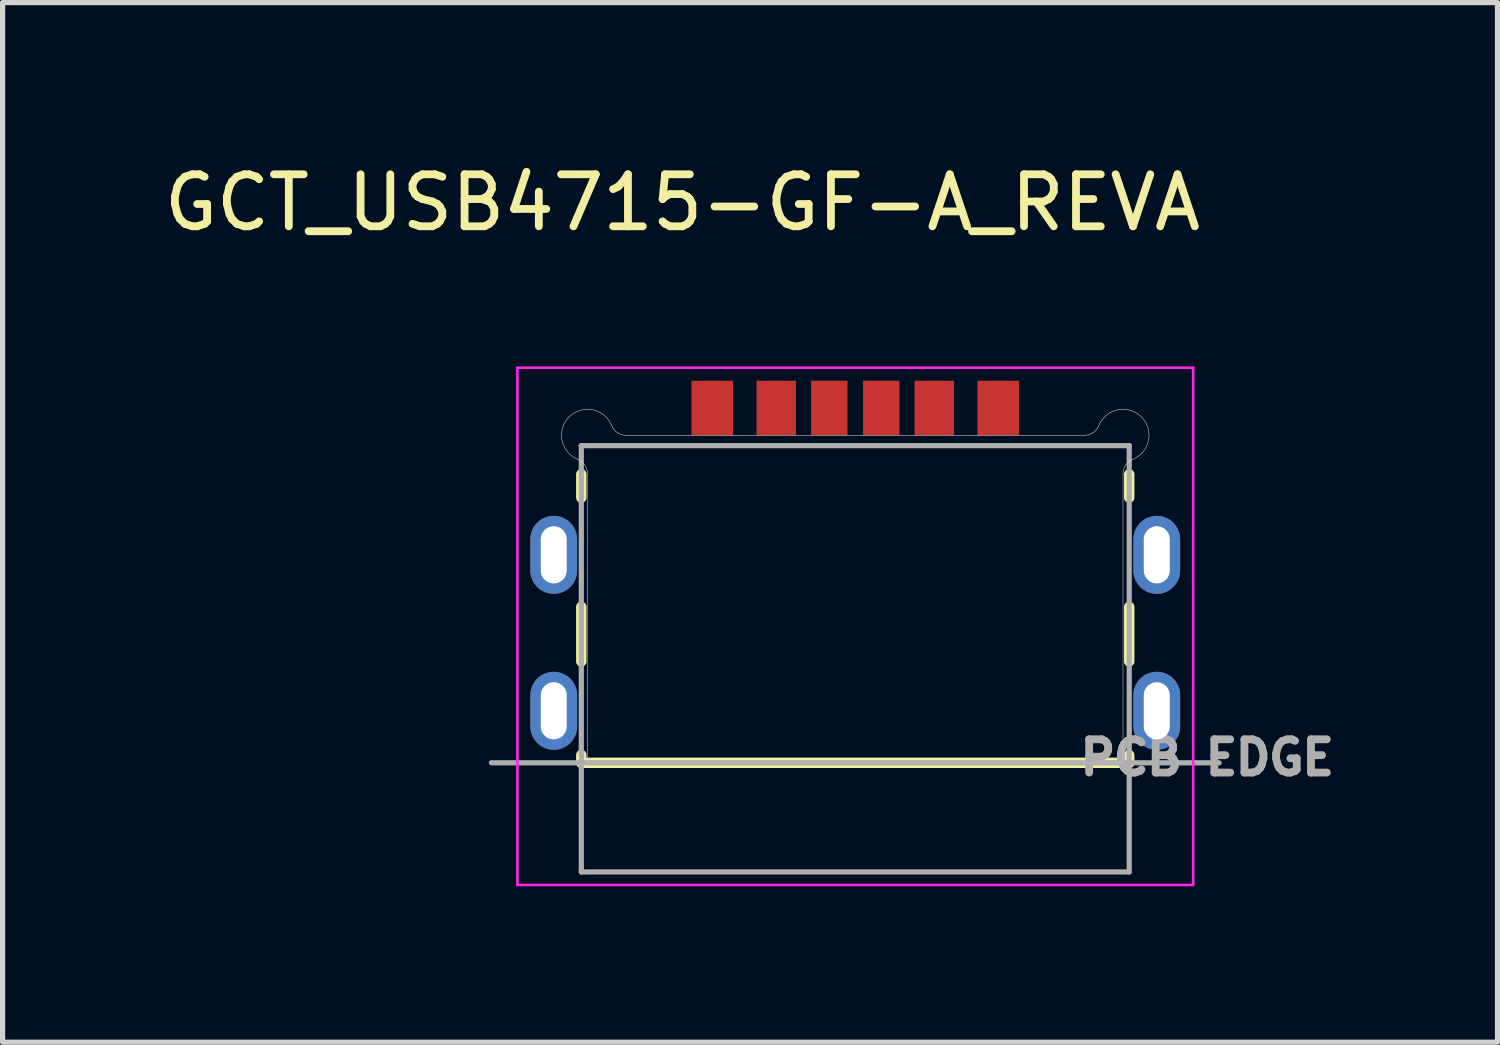
<source format=kicad_pcb>
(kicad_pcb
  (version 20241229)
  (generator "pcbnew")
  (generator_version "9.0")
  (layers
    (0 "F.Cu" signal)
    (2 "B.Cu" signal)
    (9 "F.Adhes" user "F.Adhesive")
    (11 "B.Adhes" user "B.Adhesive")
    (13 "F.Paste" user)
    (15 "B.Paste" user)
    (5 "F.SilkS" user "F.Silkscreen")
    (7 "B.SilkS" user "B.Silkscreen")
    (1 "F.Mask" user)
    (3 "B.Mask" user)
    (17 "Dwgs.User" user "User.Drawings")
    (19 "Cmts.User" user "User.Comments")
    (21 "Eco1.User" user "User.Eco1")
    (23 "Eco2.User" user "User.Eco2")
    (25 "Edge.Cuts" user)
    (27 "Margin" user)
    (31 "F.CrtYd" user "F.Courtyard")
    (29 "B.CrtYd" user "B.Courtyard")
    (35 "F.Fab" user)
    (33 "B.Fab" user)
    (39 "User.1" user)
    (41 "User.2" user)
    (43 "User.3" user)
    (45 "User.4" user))
  (footprint "GCT_USB4715-GF-A_REVA"
    (layer "F.Cu")
    (at 13.402 9.623)
    (property "Reference" "GCT_USB4715-GF-A_REVA" (at -3.325 -8.775 0) (layer "F.SilkS") (effects (font (size 1 1) (thickness 0.15))))
    (attr through_hole)
    (fp_line (start -5.27 -3.55) (end -5.27 -3.1) (stroke (width 0.2) (type solid)) (layer "F.SilkS"))
    (fp_line (start -5.27 -1) (end -5.27 0.05) (stroke (width 0.2) (type solid)) (layer "F.SilkS"))
    (fp_line (start -5.27 1.85) (end -5.27 2) (stroke (width 0.2) (type solid)) (layer "F.SilkS"))
    (fp_line (start -5.27 2) (end 5.27 2) (stroke (width 0.2) (type solid)) (layer "F.SilkS"))
    (fp_line (start 5.27 -3.55) (end 5.27 -3.1) (stroke (width 0.2) (type solid)) (layer "F.SilkS"))
    (fp_line (start 5.27 -1) (end 5.27 0.05) (stroke (width 0.2) (type solid)) (layer "F.SilkS"))
    (fp_line (start 5.27 2) (end 5.27 1.85) (stroke (width 0.2) (type solid)) (layer "F.SilkS"))
    (fp_line (start -5.15 -3.558) (end -5.15 2) (stroke (width 0.01) (type solid)) (layer "Edge.Cuts"))
    (fp_line (start -5.15 2) (end 5.15 2) (stroke (width 0.01) (type solid)) (layer "Edge.Cuts"))
    (fp_line (start -4.408 -4.3) (end 4.408 -4.3) (stroke (width 0.01) (type solid)) (layer "Edge.Cuts"))
    (fp_line (start 5.15 2) (end 5.15 -3.558) (stroke (width 0.01) (type solid)) (layer "Edge.Cuts"))
    (fp_arc (start -5.3375 -3.83649) (mid -5.201253 -3.726086) (end -5.15 -3.55838) (stroke (width 0.01) (type solid)) (layer "Edge.Cuts"))
    (fp_arc (start -5.3375 -3.83649) (mid -5.50355 -4.653551) (end -4.68649 -4.487499) (stroke (width 0.01) (type solid)) (layer "Edge.Cuts"))
    (fp_arc (start -4.40838 -4.29999) (mid -4.576088 -4.351247) (end -4.68649 -4.4875) (stroke (width 0.01) (type solid)) (layer "Edge.Cuts"))
    (fp_arc (start 4.68649 -4.4875) (mid 4.576086 -4.351253) (end 4.40838 -4.3) (stroke (width 0.01) (type solid)) (layer "Edge.Cuts"))
    (fp_arc (start 4.68649 -4.4875) (mid 5.503551 -4.65355) (end 5.337499 -3.83649) (stroke (width 0.01) (type solid)) (layer "Edge.Cuts"))
    (fp_arc (start 5.14999 -3.55838) (mid 5.201247 -3.726088) (end 5.3375 -3.83649) (stroke (width 0.01) (type solid)) (layer "Edge.Cuts"))
    (fp_line (start -6.5 -5.6) (end -6.5 4.35) (stroke (width 0.05) (type solid)) (layer "F.CrtYd"))
    (fp_line (start -6.5 4.35) (end 6.5 4.35) (stroke (width 0.05) (type solid)) (layer "F.CrtYd"))
    (fp_line (start 6.5 -5.6) (end -6.5 -5.6) (stroke (width 0.05) (type solid)) (layer "F.CrtYd"))
    (fp_line (start 6.5 4.35) (end 6.5 -5.6) (stroke (width 0.05) (type solid)) (layer "F.CrtYd"))
    (fp_line (start -5.27 -4.1) (end -5.27 4.1) (stroke (width 0.1) (type solid)) (layer "F.Fab"))
    (fp_line (start -5.27 -4.1) (end 5.27 -4.1) (stroke (width 0.1) (type solid)) (layer "F.Fab"))
    (fp_line (start -5.27 4.1) (end 5.27 4.1) (stroke (width 0.1) (type solid)) (layer "F.Fab"))
    (fp_line (start 5.27 -4.1) (end 5.27 4.1) (stroke (width 0.1) (type solid)) (layer "F.Fab"))
    (fp_line (start 7 2) (end -7 2) (stroke (width 0.1) (type solid)) (layer "F.Fab"))
    (fp_text user "PCB EDGE" (at 6.77 1.9 0) (layer "F.Fab") (effects (font (size 0.64 0.64) (thickness 0.15))))
    (pad "A5" smd rect (at -0.5 -4.825) (size 0.7 1.05) (layers "F.Cu" "F.Mask" "F.Paste"))
    (pad "A9" smd rect (at 1.52 -4.825) (size 0.76 1.05) (layers "F.Cu" "F.Mask" "F.Paste"))
    (pad "A12" smd rect (at 2.75 -4.825) (size 0.8 1.05) (layers "F.Cu" "F.Mask" "F.Paste"))
    (pad "B5" smd rect (at 0.5 -4.825) (size 0.7 1.05) (layers "F.Cu" "F.Mask" "F.Paste"))
    (pad "B9" smd rect (at -1.52 -4.825) (size 0.76 1.05) (layers "F.Cu" "F.Mask" "F.Paste"))
    (pad "B12" smd rect (at -2.75 -4.825) (size 0.8 1.05) (layers "F.Cu" "F.Mask" "F.Paste"))
    (pad "S1" thru_hole oval (at -5.8 1) (size 0.9 1.5) (drill oval 0.5 1.1) (layers "*.Cu" "*.Mask"))
    (pad "S2" thru_hole oval (at 5.8 1) (size 0.9 1.5) (drill oval 0.5 1.1) (layers "*.Cu" "*.Mask"))
    (pad "S3" thru_hole oval (at -5.8 -2) (size 0.9 1.5) (drill oval 0.5 1.1) (layers "*.Cu" "*.Mask"))
    (pad "S4" thru_hole oval (at 5.8 -2) (size 0.9 1.5) (drill oval 0.5 1.1) (layers "*.Cu" "*.Mask")))
  (gr_rect
    (start -3 -3)
    (end 25.756 16.998)
    (stroke (width 0.1) (type default))
    (fill no)
    (layer "Edge.Cuts")))
</source>
